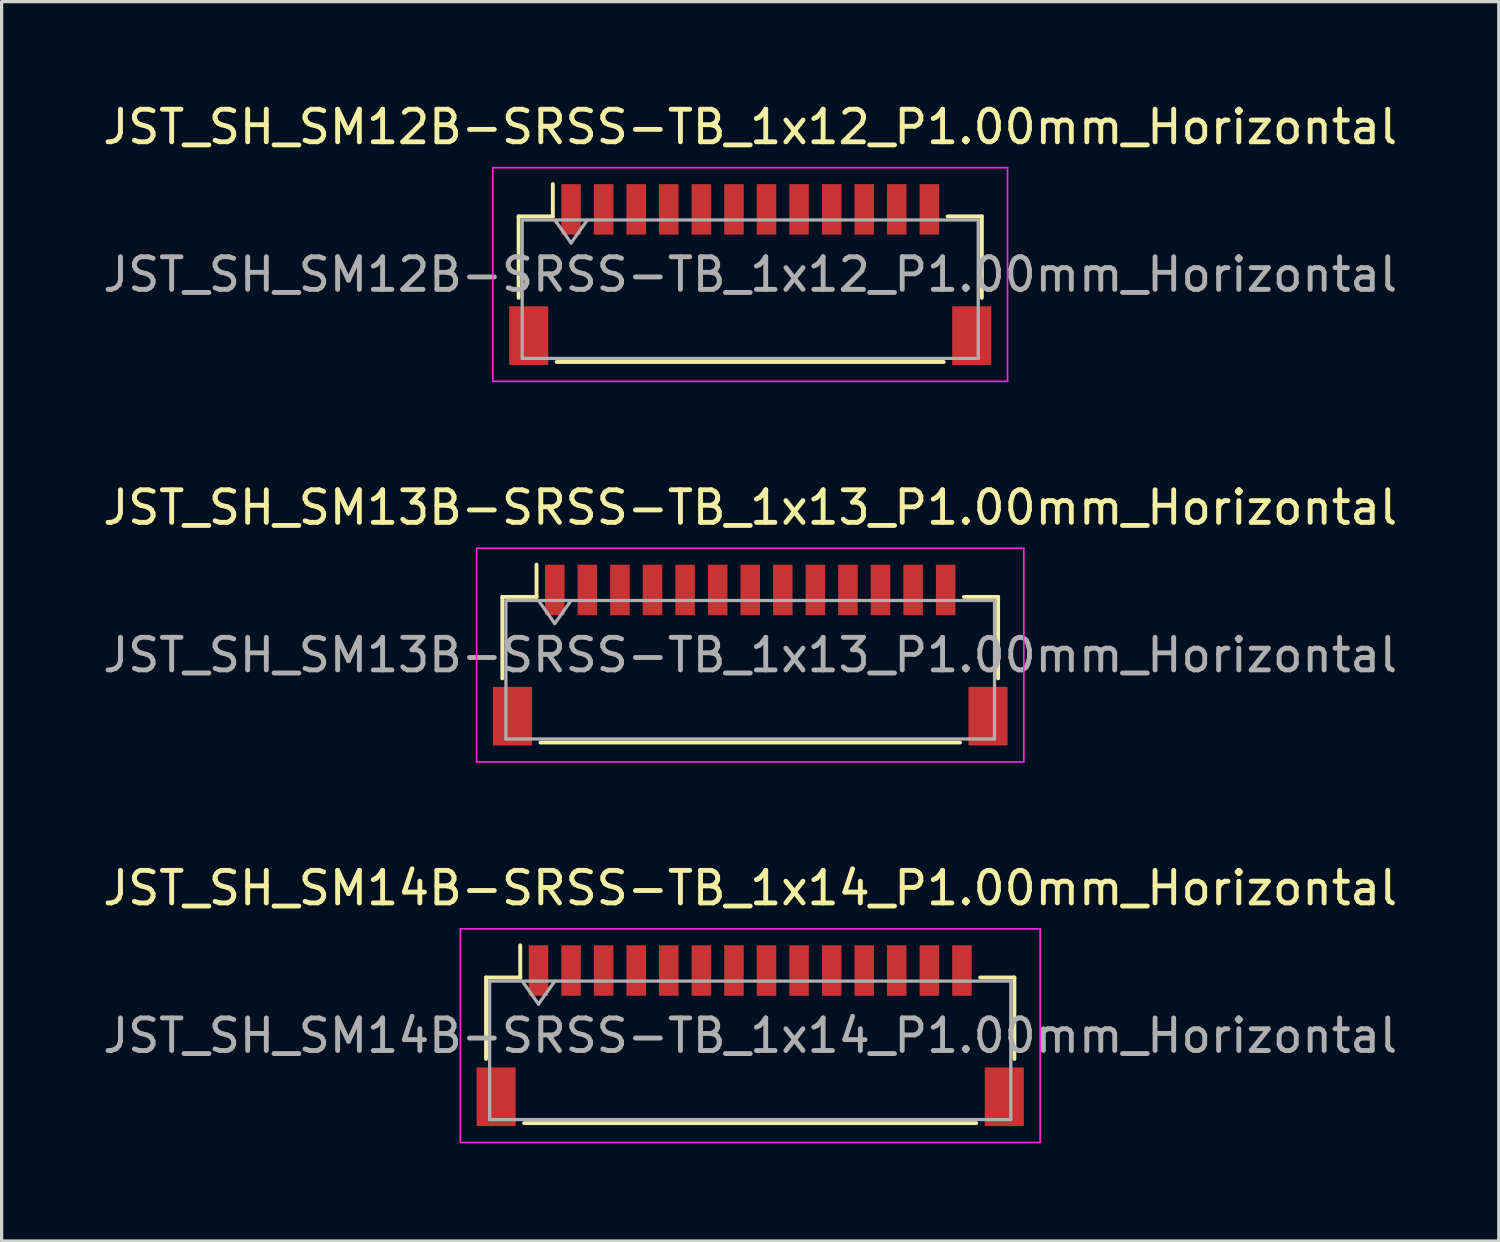
<source format=kicad_pcb>
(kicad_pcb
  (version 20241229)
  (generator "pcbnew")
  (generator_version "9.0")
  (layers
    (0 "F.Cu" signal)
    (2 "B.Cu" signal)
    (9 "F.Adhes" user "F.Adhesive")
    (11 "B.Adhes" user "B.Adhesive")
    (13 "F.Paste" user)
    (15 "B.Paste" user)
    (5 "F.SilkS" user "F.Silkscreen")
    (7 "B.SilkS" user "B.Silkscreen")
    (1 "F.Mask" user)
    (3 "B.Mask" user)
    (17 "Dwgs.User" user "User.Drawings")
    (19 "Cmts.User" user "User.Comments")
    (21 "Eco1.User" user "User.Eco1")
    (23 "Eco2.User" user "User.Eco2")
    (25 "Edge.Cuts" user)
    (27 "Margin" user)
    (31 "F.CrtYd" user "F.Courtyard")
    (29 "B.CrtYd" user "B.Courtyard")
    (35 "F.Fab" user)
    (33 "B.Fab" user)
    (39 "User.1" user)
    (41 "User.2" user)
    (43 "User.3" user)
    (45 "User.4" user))
  (footprint "JST_SH_SM14B-SRSS-TB_1x14_P1.00mm_Horizontal"
    (layer "F.Cu")
    (at 19.982 28.745)
    (property "Reference" "JST_SH_SM14B-SRSS-TB_1x14_P1.00mm_Horizontal" (at 0 -4.53 0) (layer "F.SilkS") (effects (font (size 1 1) (thickness 0.15))))
    (attr smd)
    (fp_line (start -8.11 -1.785) (end -7.06 -1.785) (stroke (width 0.12) (type solid)) (layer "F.SilkS"))
    (fp_line (start -8.11 0.715) (end -8.11 -1.785) (stroke (width 0.12) (type solid)) (layer "F.SilkS"))
    (fp_line (start -7.06 -1.785) (end -7.06 -2.775) (stroke (width 0.12) (type solid)) (layer "F.SilkS"))
    (fp_line (start -6.94 2.685) (end 6.94 2.685) (stroke (width 0.12) (type solid)) (layer "F.SilkS"))
    (fp_line (start 8.11 -1.785) (end 7.06 -1.785) (stroke (width 0.12) (type solid)) (layer "F.SilkS"))
    (fp_line (start 8.11 0.715) (end 8.11 -1.785) (stroke (width 0.12) (type solid)) (layer "F.SilkS"))
    (fp_line (start -8.9 -3.28) (end -8.9 3.28) (stroke (width 0.05) (type solid)) (layer "F.CrtYd"))
    (fp_line (start -8.9 3.28) (end 8.9 3.28) (stroke (width 0.05) (type solid)) (layer "F.CrtYd"))
    (fp_line (start 8.9 -3.28) (end -8.9 -3.28) (stroke (width 0.05) (type solid)) (layer "F.CrtYd"))
    (fp_line (start 8.9 3.28) (end 8.9 -3.28) (stroke (width 0.05) (type solid)) (layer "F.CrtYd"))
    (fp_line (start -8 -1.675) (end -8 2.575) (stroke (width 0.1) (type solid)) (layer "F.Fab"))
    (fp_line (start -8 -1.675) (end 8 -1.675) (stroke (width 0.1) (type solid)) (layer "F.Fab"))
    (fp_line (start -8 2.575) (end 8 2.575) (stroke (width 0.1) (type solid)) (layer "F.Fab"))
    (fp_line (start -7 -1.675) (end -6.5 -0.968) (stroke (width 0.1) (type solid)) (layer "F.Fab"))
    (fp_line (start -6.5 -0.968) (end -6 -1.675) (stroke (width 0.1) (type solid)) (layer "F.Fab"))
    (fp_line (start 8 -1.675) (end 8 2.575) (stroke (width 0.1) (type solid)) (layer "F.Fab"))
    (fp_text user "${REFERENCE}" (at 0 0 0) (layer "F.Fab") (effects (font (size 1 1) (thickness 0.15))))
    (pad "" smd rect (at -7.8 1.875) (size 1.2 1.8) (layers "F.Cu" "F.Mask" "F.Paste"))
    (pad "" smd rect (at 7.8 1.875) (size 1.2 1.8) (layers "F.Cu" "F.Mask" "F.Paste"))
    (pad "1" smd rect (at -6.5 -2) (size 0.6 1.55) (layers "F.Cu" "F.Mask" "F.Paste"))
    (pad "2" smd rect (at -5.5 -2) (size 0.6 1.55) (layers "F.Cu" "F.Mask" "F.Paste"))
    (pad "3" smd rect (at -4.5 -2) (size 0.6 1.55) (layers "F.Cu" "F.Mask" "F.Paste"))
    (pad "4" smd rect (at -3.5 -2) (size 0.6 1.55) (layers "F.Cu" "F.Mask" "F.Paste"))
    (pad "5" smd rect (at -2.5 -2) (size 0.6 1.55) (layers "F.Cu" "F.Mask" "F.Paste"))
    (pad "6" smd rect (at -1.5 -2) (size 0.6 1.55) (layers "F.Cu" "F.Mask" "F.Paste"))
    (pad "7" smd rect (at -0.5 -2) (size 0.6 1.55) (layers "F.Cu" "F.Mask" "F.Paste"))
    (pad "8" smd rect (at 0.5 -2) (size 0.6 1.55) (layers "F.Cu" "F.Mask" "F.Paste"))
    (pad "9" smd rect (at 1.5 -2) (size 0.6 1.55) (layers "F.Cu" "F.Mask" "F.Paste"))
    (pad "10" smd rect (at 2.5 -2) (size 0.6 1.55) (layers "F.Cu" "F.Mask" "F.Paste"))
    (pad "11" smd rect (at 3.5 -2) (size 0.6 1.55) (layers "F.Cu" "F.Mask" "F.Paste"))
    (pad "12" smd rect (at 4.5 -2) (size 0.6 1.55) (layers "F.Cu" "F.Mask" "F.Paste"))
    (pad "13" smd rect (at 5.5 -2) (size 0.6 1.55) (layers "F.Cu" "F.Mask" "F.Paste"))
    (pad "14" smd rect (at 6.5 -2) (size 0.6 1.55) (layers "F.Cu" "F.Mask" "F.Paste")))
  (footprint "JST_SH_SM12B-SRSS-TB_1x12_P1.00mm_Horizontal"
    (layer "F.Cu")
    (at 19.982 5.378)
    (property "Reference" "JST_SH_SM12B-SRSS-TB_1x12_P1.00mm_Horizontal" (at 0 -4.53 0) (layer "F.SilkS") (effects (font (size 1 1) (thickness 0.15))))
    (attr smd)
    (fp_line (start -7.11 -1.785) (end -6.06 -1.785) (stroke (width 0.12) (type solid)) (layer "F.SilkS"))
    (fp_line (start -7.11 0.715) (end -7.11 -1.785) (stroke (width 0.12) (type solid)) (layer "F.SilkS"))
    (fp_line (start -6.06 -1.785) (end -6.06 -2.775) (stroke (width 0.12) (type solid)) (layer "F.SilkS"))
    (fp_line (start -5.94 2.685) (end 5.94 2.685) (stroke (width 0.12) (type solid)) (layer "F.SilkS"))
    (fp_line (start 7.11 -1.785) (end 6.06 -1.785) (stroke (width 0.12) (type solid)) (layer "F.SilkS"))
    (fp_line (start 7.11 0.715) (end 7.11 -1.785) (stroke (width 0.12) (type solid)) (layer "F.SilkS"))
    (fp_line (start -7.9 -3.28) (end -7.9 3.28) (stroke (width 0.05) (type solid)) (layer "F.CrtYd"))
    (fp_line (start -7.9 3.28) (end 7.9 3.28) (stroke (width 0.05) (type solid)) (layer "F.CrtYd"))
    (fp_line (start 7.9 -3.28) (end -7.9 -3.28) (stroke (width 0.05) (type solid)) (layer "F.CrtYd"))
    (fp_line (start 7.9 3.28) (end 7.9 -3.28) (stroke (width 0.05) (type solid)) (layer "F.CrtYd"))
    (fp_line (start -7 -1.675) (end -7 2.575) (stroke (width 0.1) (type solid)) (layer "F.Fab"))
    (fp_line (start -7 -1.675) (end 7 -1.675) (stroke (width 0.1) (type solid)) (layer "F.Fab"))
    (fp_line (start -7 2.575) (end 7 2.575) (stroke (width 0.1) (type solid)) (layer "F.Fab"))
    (fp_line (start -6 -1.675) (end -5.5 -0.968) (stroke (width 0.1) (type solid)) (layer "F.Fab"))
    (fp_line (start -5.5 -0.968) (end -5 -1.675) (stroke (width 0.1) (type solid)) (layer "F.Fab"))
    (fp_line (start 7 -1.675) (end 7 2.575) (stroke (width 0.1) (type solid)) (layer "F.Fab"))
    (fp_text user "${REFERENCE}" (at 0 0 0) (layer "F.Fab") (effects (font (size 1 1) (thickness 0.15))))
    (pad "" smd rect (at -6.8 1.875) (size 1.2 1.8) (layers "F.Cu" "F.Mask" "F.Paste"))
    (pad "" smd rect (at 6.8 1.875) (size 1.2 1.8) (layers "F.Cu" "F.Mask" "F.Paste"))
    (pad "1" smd rect (at -5.5 -2) (size 0.6 1.55) (layers "F.Cu" "F.Mask" "F.Paste"))
    (pad "2" smd rect (at -4.5 -2) (size 0.6 1.55) (layers "F.Cu" "F.Mask" "F.Paste"))
    (pad "3" smd rect (at -3.5 -2) (size 0.6 1.55) (layers "F.Cu" "F.Mask" "F.Paste"))
    (pad "4" smd rect (at -2.5 -2) (size 0.6 1.55) (layers "F.Cu" "F.Mask" "F.Paste"))
    (pad "5" smd rect (at -1.5 -2) (size 0.6 1.55) (layers "F.Cu" "F.Mask" "F.Paste"))
    (pad "6" smd rect (at -0.5 -2) (size 0.6 1.55) (layers "F.Cu" "F.Mask" "F.Paste"))
    (pad "7" smd rect (at 0.5 -2) (size 0.6 1.55) (layers "F.Cu" "F.Mask" "F.Paste"))
    (pad "8" smd rect (at 1.5 -2) (size 0.6 1.55) (layers "F.Cu" "F.Mask" "F.Paste"))
    (pad "9" smd rect (at 2.5 -2) (size 0.6 1.55) (layers "F.Cu" "F.Mask" "F.Paste"))
    (pad "10" smd rect (at 3.5 -2) (size 0.6 1.55) (layers "F.Cu" "F.Mask" "F.Paste"))
    (pad "11" smd rect (at 4.5 -2) (size 0.6 1.55) (layers "F.Cu" "F.Mask" "F.Paste"))
    (pad "12" smd rect (at 5.5 -2) (size 0.6 1.55) (layers "F.Cu" "F.Mask" "F.Paste")))
  (footprint "JST_SH_SM13B-SRSS-TB_1x13_P1.00mm_Horizontal"
    (layer "F.Cu")
    (at 19.982 17.061)
    (property "Reference" "JST_SH_SM13B-SRSS-TB_1x13_P1.00mm_Horizontal" (at 0 -4.53 0) (layer "F.SilkS") (effects (font (size 1 1) (thickness 0.15))))
    (attr smd)
    (fp_line (start -7.61 -1.785) (end -6.56 -1.785) (stroke (width 0.12) (type solid)) (layer "F.SilkS"))
    (fp_line (start -7.61 0.715) (end -7.61 -1.785) (stroke (width 0.12) (type solid)) (layer "F.SilkS"))
    (fp_line (start -6.56 -1.785) (end -6.56 -2.775) (stroke (width 0.12) (type solid)) (layer "F.SilkS"))
    (fp_line (start -6.44 2.685) (end 6.44 2.685) (stroke (width 0.12) (type solid)) (layer "F.SilkS"))
    (fp_line (start 7.61 -1.785) (end 6.56 -1.785) (stroke (width 0.12) (type solid)) (layer "F.SilkS"))
    (fp_line (start 7.61 0.715) (end 7.61 -1.785) (stroke (width 0.12) (type solid)) (layer "F.SilkS"))
    (fp_line (start -8.4 -3.28) (end -8.4 3.28) (stroke (width 0.05) (type solid)) (layer "F.CrtYd"))
    (fp_line (start -8.4 3.28) (end 8.4 3.28) (stroke (width 0.05) (type solid)) (layer "F.CrtYd"))
    (fp_line (start 8.4 -3.28) (end -8.4 -3.28) (stroke (width 0.05) (type solid)) (layer "F.CrtYd"))
    (fp_line (start 8.4 3.28) (end 8.4 -3.28) (stroke (width 0.05) (type solid)) (layer "F.CrtYd"))
    (fp_line (start -7.5 -1.675) (end -7.5 2.575) (stroke (width 0.1) (type solid)) (layer "F.Fab"))
    (fp_line (start -7.5 -1.675) (end 7.5 -1.675) (stroke (width 0.1) (type solid)) (layer "F.Fab"))
    (fp_line (start -7.5 2.575) (end 7.5 2.575) (stroke (width 0.1) (type solid)) (layer "F.Fab"))
    (fp_line (start -6.5 -1.675) (end -6 -0.968) (stroke (width 0.1) (type solid)) (layer "F.Fab"))
    (fp_line (start -6 -0.968) (end -5.5 -1.675) (stroke (width 0.1) (type solid)) (layer "F.Fab"))
    (fp_line (start 7.5 -1.675) (end 7.5 2.575) (stroke (width 0.1) (type solid)) (layer "F.Fab"))
    (fp_text user "${REFERENCE}" (at 0 0 0) (layer "F.Fab") (effects (font (size 1 1) (thickness 0.15))))
    (pad "" smd rect (at -7.3 1.875) (size 1.2 1.8) (layers "F.Cu" "F.Mask" "F.Paste"))
    (pad "" smd rect (at 7.3 1.875) (size 1.2 1.8) (layers "F.Cu" "F.Mask" "F.Paste"))
    (pad "1" smd rect (at -6 -2) (size 0.6 1.55) (layers "F.Cu" "F.Mask" "F.Paste"))
    (pad "2" smd rect (at -5 -2) (size 0.6 1.55) (layers "F.Cu" "F.Mask" "F.Paste"))
    (pad "3" smd rect (at -4 -2) (size 0.6 1.55) (layers "F.Cu" "F.Mask" "F.Paste"))
    (pad "4" smd rect (at -3 -2) (size 0.6 1.55) (layers "F.Cu" "F.Mask" "F.Paste"))
    (pad "5" smd rect (at -2 -2) (size 0.6 1.55) (layers "F.Cu" "F.Mask" "F.Paste"))
    (pad "6" smd rect (at -1 -2) (size 0.6 1.55) (layers "F.Cu" "F.Mask" "F.Paste"))
    (pad "7" smd rect (at 0 -2) (size 0.6 1.55) (layers "F.Cu" "F.Mask" "F.Paste"))
    (pad "8" smd rect (at 1 -2) (size 0.6 1.55) (layers "F.Cu" "F.Mask" "F.Paste"))
    (pad "9" smd rect (at 2 -2) (size 0.6 1.55) (layers "F.Cu" "F.Mask" "F.Paste"))
    (pad "10" smd rect (at 3 -2) (size 0.6 1.55) (layers "F.Cu" "F.Mask" "F.Paste"))
    (pad "11" smd rect (at 4 -2) (size 0.6 1.55) (layers "F.Cu" "F.Mask" "F.Paste"))
    (pad "12" smd rect (at 5 -2) (size 0.6 1.55) (layers "F.Cu" "F.Mask" "F.Paste"))
    (pad "13" smd rect (at 6 -2) (size 0.6 1.55) (layers "F.Cu" "F.Mask" "F.Paste")))
  (gr_rect
    (start -3 -3)
    (end 42.964 35.05)
    (stroke (width 0.1) (type default))
    (fill no)
    (layer "Edge.Cuts")))
</source>
